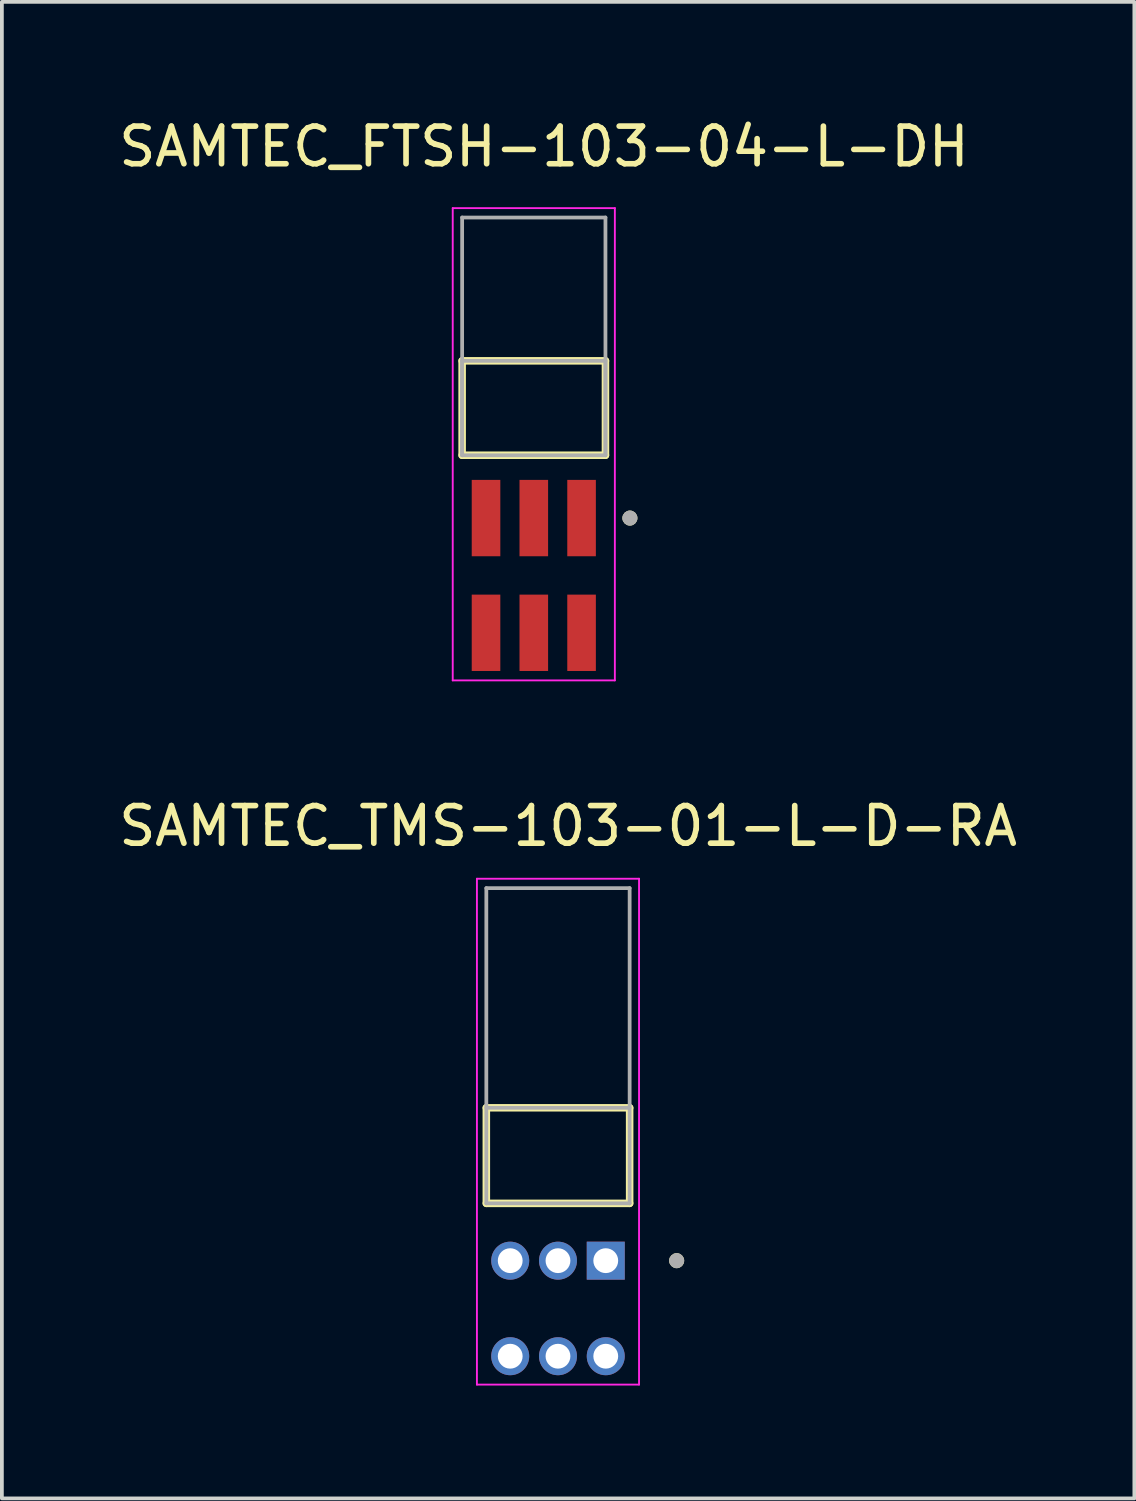
<source format=kicad_pcb>
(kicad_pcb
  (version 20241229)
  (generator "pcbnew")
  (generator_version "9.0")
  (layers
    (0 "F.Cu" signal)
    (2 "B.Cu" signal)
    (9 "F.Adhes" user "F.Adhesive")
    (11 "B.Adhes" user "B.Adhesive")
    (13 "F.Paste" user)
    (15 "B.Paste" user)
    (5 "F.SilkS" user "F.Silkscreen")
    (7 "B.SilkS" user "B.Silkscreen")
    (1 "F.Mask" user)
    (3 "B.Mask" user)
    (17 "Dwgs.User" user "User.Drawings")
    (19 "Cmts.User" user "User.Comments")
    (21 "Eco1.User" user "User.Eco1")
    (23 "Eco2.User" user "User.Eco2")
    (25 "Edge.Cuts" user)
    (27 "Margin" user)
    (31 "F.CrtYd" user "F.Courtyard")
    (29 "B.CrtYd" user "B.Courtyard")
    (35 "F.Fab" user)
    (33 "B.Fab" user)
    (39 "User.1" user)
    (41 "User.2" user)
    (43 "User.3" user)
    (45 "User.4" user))
  (footprint "SAMTEC_FTSH-103-04-L-DH"
    (layer "F.Cu")
    (at 11.141 12.248)
    (property "Reference" "SAMTEC_FTSH-103-04-L-DH" (at 0.27 -11.4 0) (layer "F.SilkS") (effects (font (size 1 1) (thickness 0.15))))
    (attr smd)
    (fp_line (start -1.905 -3.195) (end -1.905 -5.705) (stroke (width 0.2) (type solid)) (layer "F.SilkS"))
    (fp_line (start 1.905 -5.705) (end -1.905 -5.705) (stroke (width 0.2) (type solid)) (layer "F.SilkS"))
    (fp_line (start 1.905 -5.705) (end 1.905 -3.195) (stroke (width 0.2) (type solid)) (layer "F.SilkS"))
    (fp_line (start 1.905 -3.195) (end -1.905 -3.195) (stroke (width 0.2) (type solid)) (layer "F.SilkS"))
    (fp_circle (center 2.555 -1.525) (end 2.655 -1.525) (stroke (width 0.2) (type solid)) (fill no) (layer "F.SilkS"))
    (fp_line (start -2.155 -9.765) (end 2.155 -9.765) (stroke (width 0.05) (type solid)) (layer "F.CrtYd"))
    (fp_line (start -2.155 2.79) (end -2.155 -9.765) (stroke (width 0.05) (type solid)) (layer "F.CrtYd"))
    (fp_line (start 2.155 -9.765) (end 2.155 2.79) (stroke (width 0.05) (type solid)) (layer "F.CrtYd"))
    (fp_line (start 2.155 2.79) (end -2.155 2.79) (stroke (width 0.05) (type solid)) (layer "F.CrtYd"))
    (fp_line (start -1.905 -9.515) (end 1.905 -9.515) (stroke (width 0.1) (type solid)) (layer "F.Fab"))
    (fp_line (start -1.905 -5.705) (end 1.905 -5.705) (stroke (width 0.1) (type solid)) (layer "F.Fab"))
    (fp_line (start -1.905 -3.195) (end -1.905 -9.515) (stroke (width 0.1) (type solid)) (layer "F.Fab"))
    (fp_line (start -1.905 -3.195) (end -1.905 -5.705) (stroke (width 0.1) (type solid)) (layer "F.Fab"))
    (fp_line (start 1.905 -9.515) (end 1.905 -3.195) (stroke (width 0.1) (type solid)) (layer "F.Fab"))
    (fp_line (start 1.905 -5.705) (end 1.905 -3.195) (stroke (width 0.1) (type solid)) (layer "F.Fab"))
    (fp_line (start 1.905 -3.195) (end -1.905 -3.195) (stroke (width 0.1) (type solid)) (layer "F.Fab"))
    (fp_circle (center 2.555 -1.525) (end 2.655 -1.525) (stroke (width 0.2) (type solid)) (fill no) (layer "F.Fab"))
    (pad "1" smd rect (at 1.27 -1.525) (size 0.76 2.03) (layers "F.Cu" "F.Mask" "F.Paste"))
    (pad "2" smd rect (at 1.27 1.525) (size 0.76 2.03) (layers "F.Cu" "F.Mask" "F.Paste"))
    (pad "3" smd rect (at 0 -1.525) (size 0.76 2.03) (layers "F.Cu" "F.Mask" "F.Paste"))
    (pad "4" smd rect (at 0 1.525) (size 0.76 2.03) (layers "F.Cu" "F.Mask" "F.Paste"))
    (pad "5" smd rect (at -1.27 -1.525) (size 0.76 2.03) (layers "F.Cu" "F.Mask" "F.Paste"))
    (pad "6" smd rect (at -1.27 1.525) (size 0.76 2.03) (layers "F.Cu" "F.Mask" "F.Paste")))
  (footprint "SAMTEC_TMS-103-01-L-D-RA"
    (layer "F.Cu")
    (at 11.784 31.735)
    (property "Reference" "SAMTEC_TMS-103-01-L-D-RA" (at 0.27 -12.824 0) (layer "F.SilkS") (effects (font (size 1 1) (thickness 0.15))))
    (attr through_hole)
    (fp_line (start -1.905 -5.334) (end 1.905 -5.334) (stroke (width 0.2) (type solid)) (layer "F.SilkS"))
    (fp_line (start -1.905 -2.794) (end -1.905 -5.334) (stroke (width 0.2) (type solid)) (layer "F.SilkS"))
    (fp_line (start -1.905 -2.794) (end 1.905 -2.794) (stroke (width 0.2) (type solid)) (layer "F.SilkS"))
    (fp_line (start 1.905 -2.794) (end 1.905 -5.334) (stroke (width 0.2) (type solid)) (layer "F.SilkS"))
    (fp_circle (center 3.155 -1.27) (end 3.255 -1.27) (stroke (width 0.2) (type solid)) (fill no) (layer "F.SilkS"))
    (fp_line (start -2.155 -11.424) (end 2.155 -11.424) (stroke (width 0.05) (type solid)) (layer "F.CrtYd"))
    (fp_line (start -2.155 2.025) (end -2.155 -11.424) (stroke (width 0.05) (type solid)) (layer "F.CrtYd"))
    (fp_line (start -2.155 2.025) (end 2.155 2.025) (stroke (width 0.05) (type solid)) (layer "F.CrtYd"))
    (fp_line (start 2.155 2.025) (end 2.155 -11.424) (stroke (width 0.05) (type solid)) (layer "F.CrtYd"))
    (fp_line (start -1.905 -11.174) (end 1.905 -11.174) (stroke (width 0.1) (type solid)) (layer "F.Fab"))
    (fp_line (start -1.905 -5.334) (end 1.905 -5.334) (stroke (width 0.1) (type solid)) (layer "F.Fab"))
    (fp_line (start -1.905 -2.794) (end -1.905 -11.174) (stroke (width 0.1) (type solid)) (layer "F.Fab"))
    (fp_line (start -1.905 -2.794) (end 1.905 -2.794) (stroke (width 0.1) (type solid)) (layer "F.Fab"))
    (fp_line (start 1.905 -2.794) (end 1.905 -11.174) (stroke (width 0.1) (type solid)) (layer "F.Fab"))
    (fp_circle (center 3.155 -1.27) (end 3.255 -1.27) (stroke (width 0.2) (type solid)) (fill no) (layer "F.Fab"))
    (pad "1" thru_hole rect (at 1.27 -1.27) (size 1.01 1.01) (drill 0.66) (layers "*.Cu" "*.Mask"))
    (pad "2" thru_hole circle (at 1.27 1.27) (size 1.01 1.01) (drill 0.66) (layers "*.Cu" "*.Mask"))
    (pad "3" thru_hole circle (at 0 -1.27) (size 1.01 1.01) (drill 0.66) (layers "*.Cu" "*.Mask"))
    (pad "4" thru_hole circle (at 0 1.27) (size 1.01 1.01) (drill 0.66) (layers "*.Cu" "*.Mask"))
    (pad "5" thru_hole circle (at -1.27 -1.27) (size 1.01 1.01) (drill 0.66) (layers "*.Cu" "*.Mask"))
    (pad "6" thru_hole circle (at -1.27 1.27) (size 1.01 1.01) (drill 0.66) (layers "*.Cu" "*.Mask")))
  (gr_rect
    (start -3 -3)
    (end 27.107 36.785)
    (stroke (width 0.1) (type default))
    (fill no)
    (layer "Edge.Cuts")))
</source>
